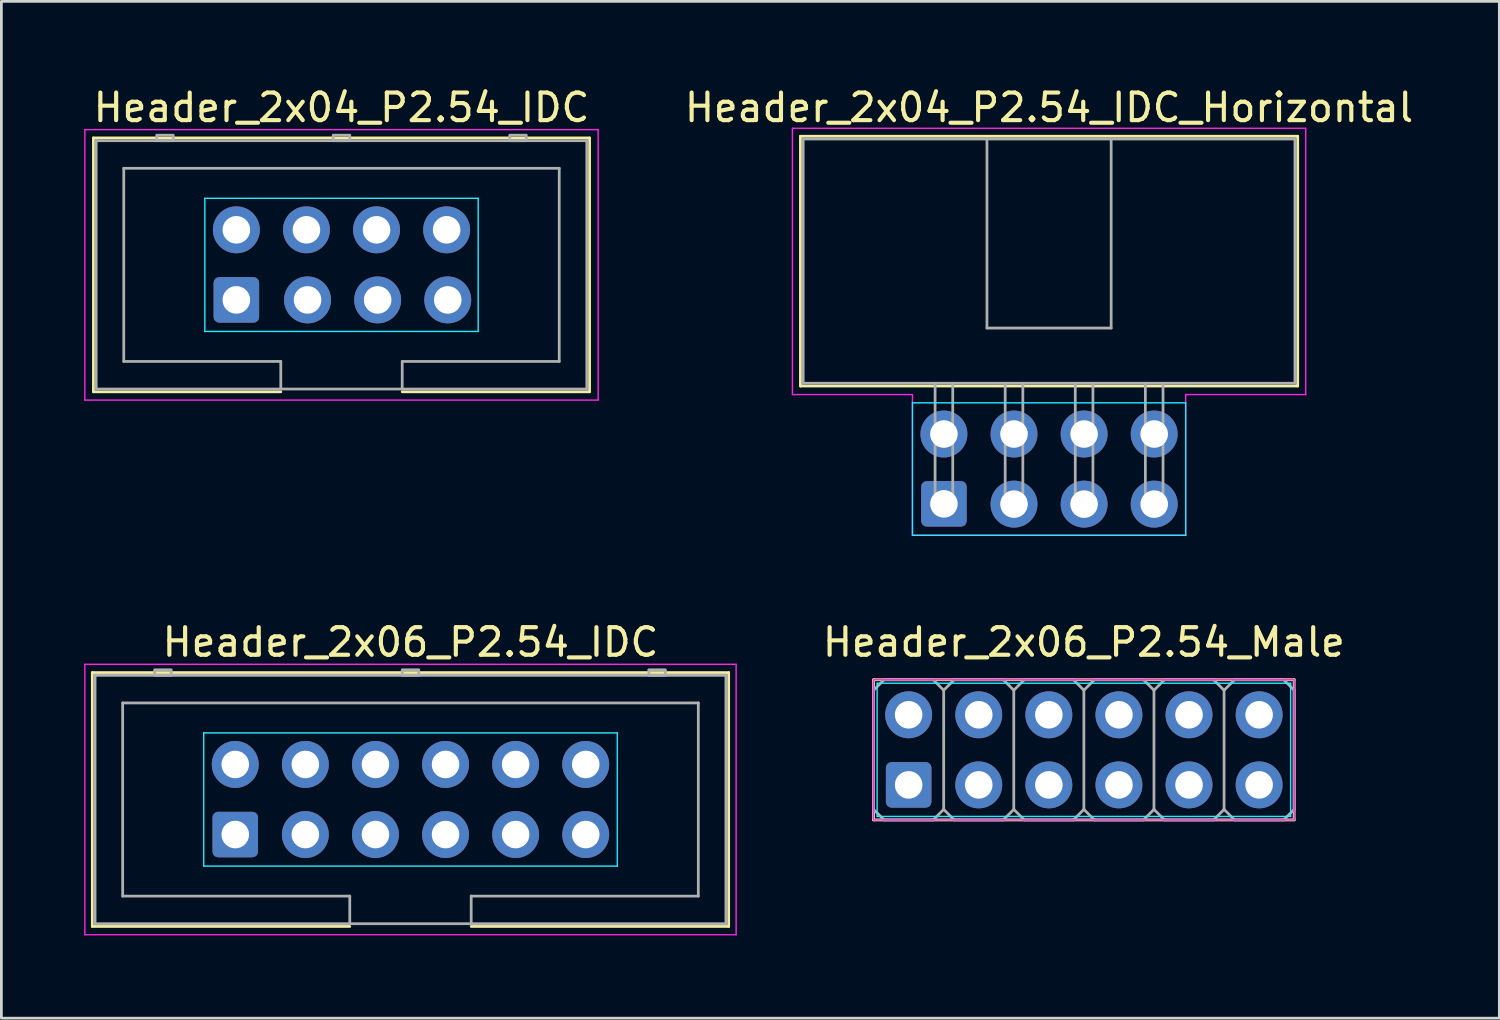
<source format=kicad_pcb>
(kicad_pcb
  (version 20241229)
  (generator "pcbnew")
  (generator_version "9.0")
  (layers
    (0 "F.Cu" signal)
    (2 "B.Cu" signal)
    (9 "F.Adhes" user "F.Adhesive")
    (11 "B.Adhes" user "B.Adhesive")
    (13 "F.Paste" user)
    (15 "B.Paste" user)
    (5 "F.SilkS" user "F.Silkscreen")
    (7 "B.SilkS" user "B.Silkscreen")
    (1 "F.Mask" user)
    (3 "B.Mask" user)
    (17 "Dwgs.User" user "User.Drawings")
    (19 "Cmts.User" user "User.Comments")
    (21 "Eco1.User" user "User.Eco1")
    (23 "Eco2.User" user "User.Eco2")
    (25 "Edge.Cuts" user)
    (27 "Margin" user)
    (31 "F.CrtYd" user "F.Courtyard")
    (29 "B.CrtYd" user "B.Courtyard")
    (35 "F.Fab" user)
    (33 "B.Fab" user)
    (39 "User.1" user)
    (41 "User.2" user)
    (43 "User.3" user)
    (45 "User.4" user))
  (footprint "Header_2x06_P2.54_IDC"
    (layer "F.Cu")
    (at 11.825 25.922)
    (property "Reference" "Header_2x06_P2.54_IDC" (at 0 -5.7 0) (layer "F.SilkS") (effects (font (size 1 1) (thickness 0.15))))
    (attr through_hole)
    (fp_line (start -11.53 -4.6) (end -11.53 4.6) (stroke (width 0.1) (type solid)) (layer "F.SilkS"))
    (fp_line (start -11.53 4.6) (end -2.2 4.6) (stroke (width 0.1) (type solid)) (layer "F.SilkS"))
    (fp_line (start 2.2 4.6) (end 11.53 4.6) (stroke (width 0.1) (type solid)) (layer "F.SilkS"))
    (fp_line (start 11.53 -4.6) (end -11.53 -4.6) (stroke (width 0.1) (type solid)) (layer "F.SilkS"))
    (fp_line (start 11.53 4.6) (end 11.53 -4.6) (stroke (width 0.1) (type solid)) (layer "F.SilkS"))
    (fp_line (start -7.493 -2.413) (end -7.493 2.413) (stroke (width 0.05) (type solid)) (layer "B.CrtYd"))
    (fp_line (start -7.493 2.413) (end 7.493 2.413) (stroke (width 0.05) (type solid)) (layer "B.CrtYd"))
    (fp_line (start 7.493 -2.413) (end -7.493 -2.413) (stroke (width 0.05) (type solid)) (layer "B.CrtYd"))
    (fp_line (start 7.493 2.413) (end 7.493 -2.413) (stroke (width 0.05) (type solid)) (layer "B.CrtYd"))
    (fp_line (start -11.8 -4.9) (end -11.8 4.9) (stroke (width 0.05) (type solid)) (layer "F.CrtYd"))
    (fp_line (start -11.8 4.9) (end 11.8 4.9) (stroke (width 0.05) (type solid)) (layer "F.CrtYd"))
    (fp_line (start 11.8 -4.9) (end -11.8 -4.9) (stroke (width 0.05) (type solid)) (layer "F.CrtYd"))
    (fp_line (start 11.8 4.9) (end 11.8 -4.9) (stroke (width 0.05) (type solid)) (layer "F.CrtYd"))
    (fp_line (start -11.43 -4.5) (end -11.43 4.5) (stroke (width 0.1) (type solid)) (layer "F.Fab"))
    (fp_line (start -11.43 -4.5) (end 11.43 -4.5) (stroke (width 0.1) (type solid)) (layer "F.Fab"))
    (fp_line (start -11.43 4.5) (end 11.43 4.5) (stroke (width 0.1) (type solid)) (layer "F.Fab"))
    (fp_line (start -10.43 -3.5) (end 10.43 -3.5) (stroke (width 0.1) (type solid)) (layer "F.Fab"))
    (fp_line (start -10.43 3.5) (end -10.43 -3.5) (stroke (width 0.1) (type solid)) (layer "F.Fab"))
    (fp_line (start -2.2 3.5) (end -10.43 3.5) (stroke (width 0.1) (type solid)) (layer "F.Fab"))
    (fp_line (start -2.2 3.5) (end -2.2 4.5) (stroke (width 0.1) (type solid)) (layer "F.Fab"))
    (fp_line (start 2.2 3.5) (end 2.2 4.5) (stroke (width 0.1) (type solid)) (layer "F.Fab"))
    (fp_line (start 10.43 -3.5) (end 10.43 3.5) (stroke (width 0.1) (type solid)) (layer "F.Fab"))
    (fp_line (start 10.43 3.5) (end 2.2 3.5) (stroke (width 0.1) (type solid)) (layer "F.Fab"))
    (fp_line (start 11.43 -4.5) (end 11.43 4.5) (stroke (width 0.1) (type solid)) (layer "F.Fab"))
    (fp_poly (pts (xy -8.671 -4.5) (xy -9.271 -4.5) (xy -9.271 -4.7) (xy -8.671 -4.7)) (stroke (width 0.1) (type solid)) (fill no) (layer "F.Fab"))
    (fp_poly (pts (xy 0.3 -4.5) (xy -0.3 -4.5) (xy -0.3 -4.7) (xy 0.3 -4.7)) (stroke (width 0.1) (type solid)) (fill no) (layer "F.Fab"))
    (fp_poly (pts (xy 9.236 -4.5) (xy 8.636 -4.5) (xy 8.636 -4.7) (xy 9.236 -4.7)) (stroke (width 0.1) (type solid)) (fill no) (layer "F.Fab"))
    (pad "1" thru_hole roundrect (at -6.35 1.27) (size 1.65 1.65) (drill 1) (layers "*.Cu" "*.Mask") (roundrect_rratio 0.125))
    (pad "2" thru_hole circle (at -6.35 -1.27) (size 1.7 1.7) (drill 1) (layers "*.Cu" "*.Mask"))
    (pad "3" thru_hole circle (at -3.81 1.27) (size 1.7 1.7) (drill 1) (layers "*.Cu" "*.Mask"))
    (pad "4" thru_hole circle (at -3.81 -1.27) (size 1.7 1.7) (drill 1) (layers "*.Cu" "*.Mask"))
    (pad "5" thru_hole circle (at -1.27 1.27) (size 1.7 1.7) (drill 1) (layers "*.Cu" "*.Mask"))
    (pad "6" thru_hole circle (at -1.27 -1.27) (size 1.7 1.7) (drill 1) (layers "*.Cu" "*.Mask"))
    (pad "7" thru_hole circle (at 1.27 1.27) (size 1.7 1.7) (drill 1) (layers "*.Cu" "*.Mask"))
    (pad "8" thru_hole circle (at 1.27 -1.27) (size 1.7 1.7) (drill 1) (layers "*.Cu" "*.Mask"))
    (pad "9" thru_hole circle (at 3.81 1.27) (size 1.7 1.7) (drill 1) (layers "*.Cu" "*.Mask"))
    (pad "10" thru_hole circle (at 3.81 -1.27) (size 1.7 1.7) (drill 1) (layers "*.Cu" "*.Mask"))
    (pad "11" thru_hole circle (at 6.35 1.27) (size 1.7 1.7) (drill 1) (layers "*.Cu" "*.Mask"))
    (pad "12" thru_hole circle (at 6.35 -1.27) (size 1.7 1.7) (drill 1) (layers "*.Cu" "*.Mask")))
  (footprint "Header_2x04_P2.54_IDC_Horizontal"
    (layer "F.Cu")
    (at 34.965 13.948)
    (property "Reference" "Header_2x04_P2.54_IDC_Horizontal" (at 0 -13.1 0) (layer "F.SilkS") (effects (font (size 1 1) (thickness 0.15))))
    (attr through_hole)
    (fp_line (start -9.01 -12.06) (end 9.01 -12.06) (stroke (width 0.1) (type solid)) (layer "F.SilkS"))
    (fp_line (start -9.01 -3.01) (end -9.01 -12.06) (stroke (width 0.1) (type solid)) (layer "F.SilkS"))
    (fp_line (start -9.01 -3.01) (end 9.01 -3.01) (stroke (width 0.1) (type solid)) (layer "F.SilkS"))
    (fp_line (start 9.01 -12.06) (end 9.01 -3.01) (stroke (width 0.1) (type solid)) (layer "F.SilkS"))
    (fp_line (start -4.95 -2.4) (end -4.95 2.4) (stroke (width 0.05) (type solid)) (layer "B.CrtYd"))
    (fp_line (start -4.95 2.4) (end 4.95 2.4) (stroke (width 0.05) (type solid)) (layer "B.CrtYd"))
    (fp_line (start 4.95 -2.4) (end -4.95 -2.4) (stroke (width 0.05) (type solid)) (layer "B.CrtYd"))
    (fp_line (start 4.95 2.4) (end 4.95 -2.4) (stroke (width 0.05) (type solid)) (layer "B.CrtYd"))
    (fp_line (start -9.3 -12.35) (end -9.3 -2.7) (stroke (width 0.05) (type solid)) (layer "F.CrtYd"))
    (fp_line (start -9.3 -2.7) (end -4.95 -2.7) (stroke (width 0.05) (type solid)) (layer "F.CrtYd"))
    (fp_line (start -4.95 -2.7) (end -4.95 2.4) (stroke (width 0.05) (type solid)) (layer "F.CrtYd"))
    (fp_line (start -4.95 2.4) (end 4.95 2.4) (stroke (width 0.05) (type solid)) (layer "F.CrtYd"))
    (fp_line (start 4.95 -2.7) (end 4.95 2.4) (stroke (width 0.05) (type solid)) (layer "F.CrtYd"))
    (fp_line (start 4.95 -2.7) (end 9.3 -2.7) (stroke (width 0.05) (type solid)) (layer "F.CrtYd"))
    (fp_line (start 9.3 -12.35) (end -9.3 -12.35) (stroke (width 0.05) (type solid)) (layer "F.CrtYd"))
    (fp_line (start 9.3 -2.7) (end 9.3 -12.35) (stroke (width 0.05) (type solid)) (layer "F.CrtYd"))
    (fp_line (start -8.91 -11.96) (end -8.91 -3.11) (stroke (width 0.1) (type solid)) (layer "F.Fab"))
    (fp_line (start -8.91 -11.96) (end 8.91 -11.96) (stroke (width 0.1) (type solid)) (layer "F.Fab"))
    (fp_line (start -8.91 -3.11) (end 8.91 -3.11) (stroke (width 0.1) (type solid)) (layer "F.Fab"))
    (fp_line (start -4.13 -3.11) (end -4.13 1.59) (stroke (width 0.1) (type solid)) (layer "F.Fab"))
    (fp_line (start -4.13 1.59) (end -3.49 1.59) (stroke (width 0.1) (type solid)) (layer "F.Fab"))
    (fp_line (start -3.49 1.59) (end -3.49 -3.11) (stroke (width 0.1) (type solid)) (layer "F.Fab"))
    (fp_line (start -2.25 -11.96) (end -2.25 -5.11) (stroke (width 0.1) (type solid)) (layer "F.Fab"))
    (fp_line (start -2.25 -5.11) (end 2.25 -5.11) (stroke (width 0.1) (type solid)) (layer "F.Fab"))
    (fp_line (start -1.59 -3.11) (end -1.59 1.59) (stroke (width 0.1) (type solid)) (layer "F.Fab"))
    (fp_line (start -1.59 1.59) (end -0.95 1.59) (stroke (width 0.1) (type solid)) (layer "F.Fab"))
    (fp_line (start -0.95 1.59) (end -0.95 -3.11) (stroke (width 0.1) (type solid)) (layer "F.Fab"))
    (fp_line (start 0.95 -3.11) (end 0.95 1.59) (stroke (width 0.1) (type solid)) (layer "F.Fab"))
    (fp_line (start 0.95 1.59) (end 1.59 1.59) (stroke (width 0.1) (type solid)) (layer "F.Fab"))
    (fp_line (start 1.59 1.59) (end 1.59 -3.11) (stroke (width 0.1) (type solid)) (layer "F.Fab"))
    (fp_line (start 2.25 -11.96) (end 2.25 -5.11) (stroke (width 0.1) (type solid)) (layer "F.Fab"))
    (fp_line (start 3.49 -3.11) (end 3.49 1.59) (stroke (width 0.1) (type solid)) (layer "F.Fab"))
    (fp_line (start 3.49 1.59) (end 4.13 1.59) (stroke (width 0.1) (type solid)) (layer "F.Fab"))
    (fp_line (start 4.13 1.59) (end 4.13 -3.11) (stroke (width 0.1) (type solid)) (layer "F.Fab"))
    (fp_line (start 8.91 -11.96) (end 8.91 -3.11) (stroke (width 0.1) (type solid)) (layer "F.Fab"))
    (pad "1" thru_hole roundrect (at -3.81 1.26) (size 1.65 1.65) (drill 1) (layers "*.Cu" "*.Mask") (roundrect_rratio 0.125))
    (pad "2" thru_hole circle (at -3.81 -1.27) (size 1.7 1.7) (drill 1) (layers "*.Cu" "*.Mask"))
    (pad "3" thru_hole circle (at -1.27 1.27) (size 1.7 1.7) (drill 1) (layers "*.Cu" "*.Mask"))
    (pad "4" thru_hole circle (at -1.27 -1.27) (size 1.7 1.7) (drill 1) (layers "*.Cu" "*.Mask"))
    (pad "5" thru_hole circle (at 1.27 1.27) (size 1.7 1.7) (drill 1) (layers "*.Cu" "*.Mask"))
    (pad "6" thru_hole circle (at 1.27 -1.27) (size 1.7 1.7) (drill 1) (layers "*.Cu" "*.Mask"))
    (pad "7" thru_hole circle (at 3.81 1.27) (size 1.7 1.7) (drill 1) (layers "*.Cu" "*.Mask"))
    (pad "8" thru_hole circle (at 3.81 -1.27) (size 1.7 1.7) (drill 1) (layers "*.Cu" "*.Mask")))
  (footprint "Header_2x06_P2.54_Male"
    (layer "F.Cu")
    (at 36.227 24.122)
    (property "Reference" "Header_2x06_P2.54_Male" (at 0 -3.9 0) (layer "F.SilkS") (effects (font (size 1 1) (thickness 0.15))))
    (attr through_hole)
    (fp_line (start -7.62 -2.54) (end -7.62 2.54) (stroke (width 0.1) (type solid)) (layer "F.SilkS"))
    (fp_line (start -7.62 2.54) (end 7.62 2.54) (stroke (width 0.1) (type solid)) (layer "F.SilkS"))
    (fp_line (start 7.62 -2.54) (end -7.62 -2.54) (stroke (width 0.1) (type solid)) (layer "F.SilkS"))
    (fp_line (start 7.62 2.54) (end 7.62 -2.54) (stroke (width 0.1) (type solid)) (layer "F.SilkS"))
    (fp_line (start -7.493 -2.413) (end -7.493 2.413) (stroke (width 0.05) (type solid)) (layer "B.CrtYd"))
    (fp_line (start -7.493 2.413) (end 7.493 2.413) (stroke (width 0.05) (type solid)) (layer "B.CrtYd"))
    (fp_line (start 7.493 -2.413) (end -7.493 -2.413) (stroke (width 0.05) (type solid)) (layer "B.CrtYd"))
    (fp_line (start 7.493 2.413) (end 7.493 -2.413) (stroke (width 0.05) (type solid)) (layer "B.CrtYd"))
    (fp_line (start -7.62 -2.54) (end -7.62 2.54) (stroke (width 0.05) (type solid)) (layer "F.CrtYd"))
    (fp_line (start -7.62 2.54) (end 7.62 2.54) (stroke (width 0.05) (type solid)) (layer "F.CrtYd"))
    (fp_line (start 7.62 -2.54) (end -7.62 -2.54) (stroke (width 0.05) (type solid)) (layer "F.CrtYd"))
    (fp_line (start 7.62 2.54) (end 7.62 -2.54) (stroke (width 0.05) (type solid)) (layer "F.CrtYd"))
    (fp_line (start -7.62 -2.159) (end -7.62 2.159) (stroke (width 0.1) (type solid)) (layer "F.Fab"))
    (fp_line (start -7.62 2.159) (end -7.239 2.54) (stroke (width 0.1) (type solid)) (layer "F.Fab"))
    (fp_line (start -7.239 -2.54) (end -7.62 -2.159) (stroke (width 0.1) (type solid)) (layer "F.Fab"))
    (fp_line (start -7.239 -2.54) (end -5.461 -2.54) (stroke (width 0.1) (type solid)) (layer "F.Fab"))
    (fp_line (start -7.239 2.54) (end -5.461 2.54) (stroke (width 0.1) (type solid)) (layer "F.Fab"))
    (fp_line (start -5.461 -2.54) (end -5.08 -2.159) (stroke (width 0.1) (type solid)) (layer "F.Fab"))
    (fp_line (start -5.461 2.54) (end -5.08 2.159) (stroke (width 0.1) (type solid)) (layer "F.Fab"))
    (fp_line (start -5.08 -2.159) (end -5.08 2.159) (stroke (width 0.1) (type solid)) (layer "F.Fab"))
    (fp_line (start -5.08 2.159) (end -4.699 2.54) (stroke (width 0.1) (type solid)) (layer "F.Fab"))
    (fp_line (start -4.699 -2.54) (end -5.08 -2.159) (stroke (width 0.1) (type solid)) (layer "F.Fab"))
    (fp_line (start -4.699 -2.54) (end -2.921 -2.54) (stroke (width 0.1) (type solid)) (layer "F.Fab"))
    (fp_line (start -4.699 2.54) (end -2.921 2.54) (stroke (width 0.1) (type solid)) (layer "F.Fab"))
    (fp_line (start -2.921 -2.54) (end -2.54 -2.159) (stroke (width 0.1) (type solid)) (layer "F.Fab"))
    (fp_line (start -2.921 2.54) (end -2.54 2.159) (stroke (width 0.1) (type solid)) (layer "F.Fab"))
    (fp_line (start -2.54 -2.159) (end -2.54 2.159) (stroke (width 0.1) (type solid)) (layer "F.Fab"))
    (fp_line (start -2.54 2.159) (end -2.159 2.54) (stroke (width 0.1) (type solid)) (layer "F.Fab"))
    (fp_line (start -2.159 -2.54) (end -2.54 -2.159) (stroke (width 0.1) (type solid)) (layer "F.Fab"))
    (fp_line (start -2.159 -2.54) (end -0.381 -2.54) (stroke (width 0.1) (type solid)) (layer "F.Fab"))
    (fp_line (start -2.159 2.54) (end -0.381 2.54) (stroke (width 0.1) (type solid)) (layer "F.Fab"))
    (fp_line (start -0.381 -2.54) (end 0 -2.159) (stroke (width 0.1) (type solid)) (layer "F.Fab"))
    (fp_line (start -0.381 2.54) (end 0 2.159) (stroke (width 0.1) (type solid)) (layer "F.Fab"))
    (fp_line (start 0 -2.159) (end 0 2.159) (stroke (width 0.1) (type solid)) (layer "F.Fab"))
    (fp_line (start 0 2.159) (end 0.381 2.54) (stroke (width 0.1) (type solid)) (layer "F.Fab"))
    (fp_line (start 0.381 -2.54) (end 0 -2.159) (stroke (width 0.1) (type solid)) (layer "F.Fab"))
    (fp_line (start 0.381 -2.54) (end 2.159 -2.54) (stroke (width 0.1) (type solid)) (layer "F.Fab"))
    (fp_line (start 0.381 2.54) (end 2.159 2.54) (stroke (width 0.1) (type solid)) (layer "F.Fab"))
    (fp_line (start 2.159 -2.54) (end 2.54 -2.159) (stroke (width 0.1) (type solid)) (layer "F.Fab"))
    (fp_line (start 2.159 2.54) (end 2.54 2.159) (stroke (width 0.1) (type solid)) (layer "F.Fab"))
    (fp_line (start 2.54 -2.159) (end 2.54 2.159) (stroke (width 0.1) (type solid)) (layer "F.Fab"))
    (fp_line (start 2.54 2.159) (end 2.921 2.54) (stroke (width 0.1) (type solid)) (layer "F.Fab"))
    (fp_line (start 2.921 -2.54) (end 2.54 -2.159) (stroke (width 0.1) (type solid)) (layer "F.Fab"))
    (fp_line (start 2.921 -2.54) (end 4.699 -2.54) (stroke (width 0.1) (type solid)) (layer "F.Fab"))
    (fp_line (start 2.921 2.54) (end 4.699 2.54) (stroke (width 0.1) (type solid)) (layer "F.Fab"))
    (fp_line (start 4.699 -2.54) (end 5.08 -2.159) (stroke (width 0.1) (type solid)) (layer "F.Fab"))
    (fp_line (start 4.699 2.54) (end 5.08 2.159) (stroke (width 0.1) (type solid)) (layer "F.Fab"))
    (fp_line (start 5.08 -2.159) (end 5.08 2.159) (stroke (width 0.1) (type solid)) (layer "F.Fab"))
    (fp_line (start 5.08 2.159) (end 5.461 2.54) (stroke (width 0.1) (type solid)) (layer "F.Fab"))
    (fp_line (start 5.461 -2.54) (end 5.08 -2.159) (stroke (width 0.1) (type solid)) (layer "F.Fab"))
    (fp_line (start 5.461 -2.54) (end 7.239 -2.54) (stroke (width 0.1) (type solid)) (layer "F.Fab"))
    (fp_line (start 5.461 2.54) (end 7.239 2.54) (stroke (width 0.1) (type solid)) (layer "F.Fab"))
    (fp_line (start 7.239 -2.54) (end 7.62 -2.159) (stroke (width 0.1) (type solid)) (layer "F.Fab"))
    (fp_line (start 7.239 2.54) (end 7.62 2.159) (stroke (width 0.1) (type solid)) (layer "F.Fab"))
    (fp_line (start 7.62 -2.159) (end 7.62 2.159) (stroke (width 0.1) (type solid)) (layer "F.Fab"))
    (pad "1" thru_hole roundrect (at -6.35 1.27) (size 1.65 1.65) (drill 1) (layers "*.Cu" "*.Mask") (roundrect_rratio 0.125))
    (pad "2" thru_hole circle (at -6.35 -1.27) (size 1.7 1.7) (drill 1) (layers "*.Cu" "*.Mask"))
    (pad "3" thru_hole circle (at -3.81 1.27) (size 1.7 1.7) (drill 1) (layers "*.Cu" "*.Mask"))
    (pad "4" thru_hole circle (at -3.81 -1.27) (size 1.7 1.7) (drill 1) (layers "*.Cu" "*.Mask"))
    (pad "5" thru_hole circle (at -1.27 1.27) (size 1.7 1.7) (drill 1) (layers "*.Cu" "*.Mask"))
    (pad "6" thru_hole circle (at -1.27 -1.27) (size 1.7 1.7) (drill 1) (layers "*.Cu" "*.Mask"))
    (pad "7" thru_hole circle (at 1.27 1.27) (size 1.7 1.7) (drill 1) (layers "*.Cu" "*.Mask"))
    (pad "8" thru_hole circle (at 1.27 -1.27) (size 1.7 1.7) (drill 1) (layers "*.Cu" "*.Mask"))
    (pad "9" thru_hole circle (at 3.81 1.27) (size 1.7 1.7) (drill 1) (layers "*.Cu" "*.Mask"))
    (pad "10" thru_hole circle (at 3.81 -1.27) (size 1.7 1.7) (drill 1) (layers "*.Cu" "*.Mask"))
    (pad "11" thru_hole circle (at 6.35 1.27) (size 1.7 1.7) (drill 1) (layers "*.Cu" "*.Mask"))
    (pad "12" thru_hole circle (at 6.35 -1.27) (size 1.7 1.7) (drill 1) (layers "*.Cu" "*.Mask")))
  (footprint "Header_2x04_P2.54_IDC"
    (layer "F.Cu")
    (at 9.325 6.548)
    (property "Reference" "Header_2x04_P2.54_IDC" (at 0 -5.7 0) (layer "F.SilkS") (effects (font (size 1 1) (thickness 0.15))))
    (attr through_hole)
    (fp_line (start -8.99 -4.6) (end -8.99 4.6) (stroke (width 0.1) (type solid)) (layer "F.SilkS"))
    (fp_line (start -8.99 4.6) (end -2.2 4.6) (stroke (width 0.1) (type solid)) (layer "F.SilkS"))
    (fp_line (start 2.2 4.6) (end 8.99 4.6) (stroke (width 0.1) (type solid)) (layer "F.SilkS"))
    (fp_line (start 8.99 -4.6) (end -8.99 -4.6) (stroke (width 0.1) (type solid)) (layer "F.SilkS"))
    (fp_line (start 8.99 4.6) (end 8.99 -4.6) (stroke (width 0.1) (type solid)) (layer "F.SilkS"))
    (fp_line (start -4.953 -2.413) (end -4.953 2.413) (stroke (width 0.05) (type solid)) (layer "B.CrtYd"))
    (fp_line (start -4.953 2.413) (end 4.953 2.413) (stroke (width 0.05) (type solid)) (layer "B.CrtYd"))
    (fp_line (start 4.953 -2.413) (end -4.953 -2.413) (stroke (width 0.05) (type solid)) (layer "B.CrtYd"))
    (fp_line (start 4.953 2.413) (end 4.953 -2.413) (stroke (width 0.05) (type solid)) (layer "B.CrtYd"))
    (fp_line (start -9.3 -4.9) (end -9.3 4.9) (stroke (width 0.05) (type solid)) (layer "F.CrtYd"))
    (fp_line (start -9.3 4.9) (end 9.3 4.9) (stroke (width 0.05) (type solid)) (layer "F.CrtYd"))
    (fp_line (start 9.3 -4.9) (end -9.3 -4.9) (stroke (width 0.05) (type solid)) (layer "F.CrtYd"))
    (fp_line (start 9.3 4.9) (end 9.3 -4.9) (stroke (width 0.05) (type solid)) (layer "F.CrtYd"))
    (fp_line (start -8.89 -4.5) (end -8.89 4.5) (stroke (width 0.1) (type solid)) (layer "F.Fab"))
    (fp_line (start -8.89 -4.5) (end 8.89 -4.5) (stroke (width 0.1) (type solid)) (layer "F.Fab"))
    (fp_line (start -8.89 4.5) (end 8.89 4.5) (stroke (width 0.1) (type solid)) (layer "F.Fab"))
    (fp_line (start -7.89 -3.5) (end 7.89 -3.5) (stroke (width 0.1) (type solid)) (layer "F.Fab"))
    (fp_line (start -7.89 3.5) (end -7.89 -3.5) (stroke (width 0.1) (type solid)) (layer "F.Fab"))
    (fp_line (start -2.2 3.5) (end -7.89 3.5) (stroke (width 0.1) (type solid)) (layer "F.Fab"))
    (fp_line (start -2.2 3.5) (end -2.2 4.5) (stroke (width 0.1) (type solid)) (layer "F.Fab"))
    (fp_line (start 2.2 3.5) (end 2.2 4.5) (stroke (width 0.1) (type solid)) (layer "F.Fab"))
    (fp_line (start 7.89 -3.5) (end 7.89 3.5) (stroke (width 0.1) (type solid)) (layer "F.Fab"))
    (fp_line (start 7.89 3.5) (end 2.2 3.5) (stroke (width 0.1) (type solid)) (layer "F.Fab"))
    (fp_line (start 8.89 -4.5) (end 8.89 4.5) (stroke (width 0.1) (type solid)) (layer "F.Fab"))
    (fp_poly (pts (xy -6.096 -4.5) (xy -6.696 -4.5) (xy -6.696 -4.7) (xy -6.096 -4.7)) (stroke (width 0.1) (type solid)) (fill no) (layer "F.Fab"))
    (fp_poly (pts (xy 0.3 -4.5) (xy -0.3 -4.5) (xy -0.3 -4.7) (xy 0.3 -4.7)) (stroke (width 0.1) (type solid)) (fill no) (layer "F.Fab"))
    (fp_poly (pts (xy 6.696 -4.5) (xy 6.096 -4.5) (xy 6.096 -4.7) (xy 6.696 -4.7)) (stroke (width 0.1) (type solid)) (fill no) (layer "F.Fab"))
    (pad "1" thru_hole roundrect (at -3.81 1.27) (size 1.65 1.65) (drill 1) (layers "*.Cu" "*.Mask") (roundrect_rratio 0.125))
    (pad "2" thru_hole circle (at -3.81 -1.27) (size 1.7 1.7) (drill 1) (layers "*.Cu" "*.Mask"))
    (pad "3" thru_hole circle (at -1.23 1.27) (size 1.7 1.7) (drill 1) (layers "*.Cu" "*.Mask"))
    (pad "4" thru_hole circle (at -1.27 -1.27) (size 1.7 1.7) (drill 1) (layers "*.Cu" "*.Mask"))
    (pad "5" thru_hole circle (at 1.31 1.27) (size 1.7 1.7) (drill 1) (layers "*.Cu" "*.Mask"))
    (pad "6" thru_hole circle (at 1.27 -1.27) (size 1.7 1.7) (drill 1) (layers "*.Cu" "*.Mask"))
    (pad "7" thru_hole circle (at 3.85 1.27) (size 1.7 1.7) (drill 1) (layers "*.Cu" "*.Mask"))
    (pad "8" thru_hole circle (at 3.81 -1.27) (size 1.7 1.7) (drill 1) (layers "*.Cu" "*.Mask")))
  (gr_rect
    (start -3 -3)
    (end 51.281 33.846)
    (stroke (width 0.1) (type default))
    (fill no)
    (layer "Edge.Cuts")))
</source>
